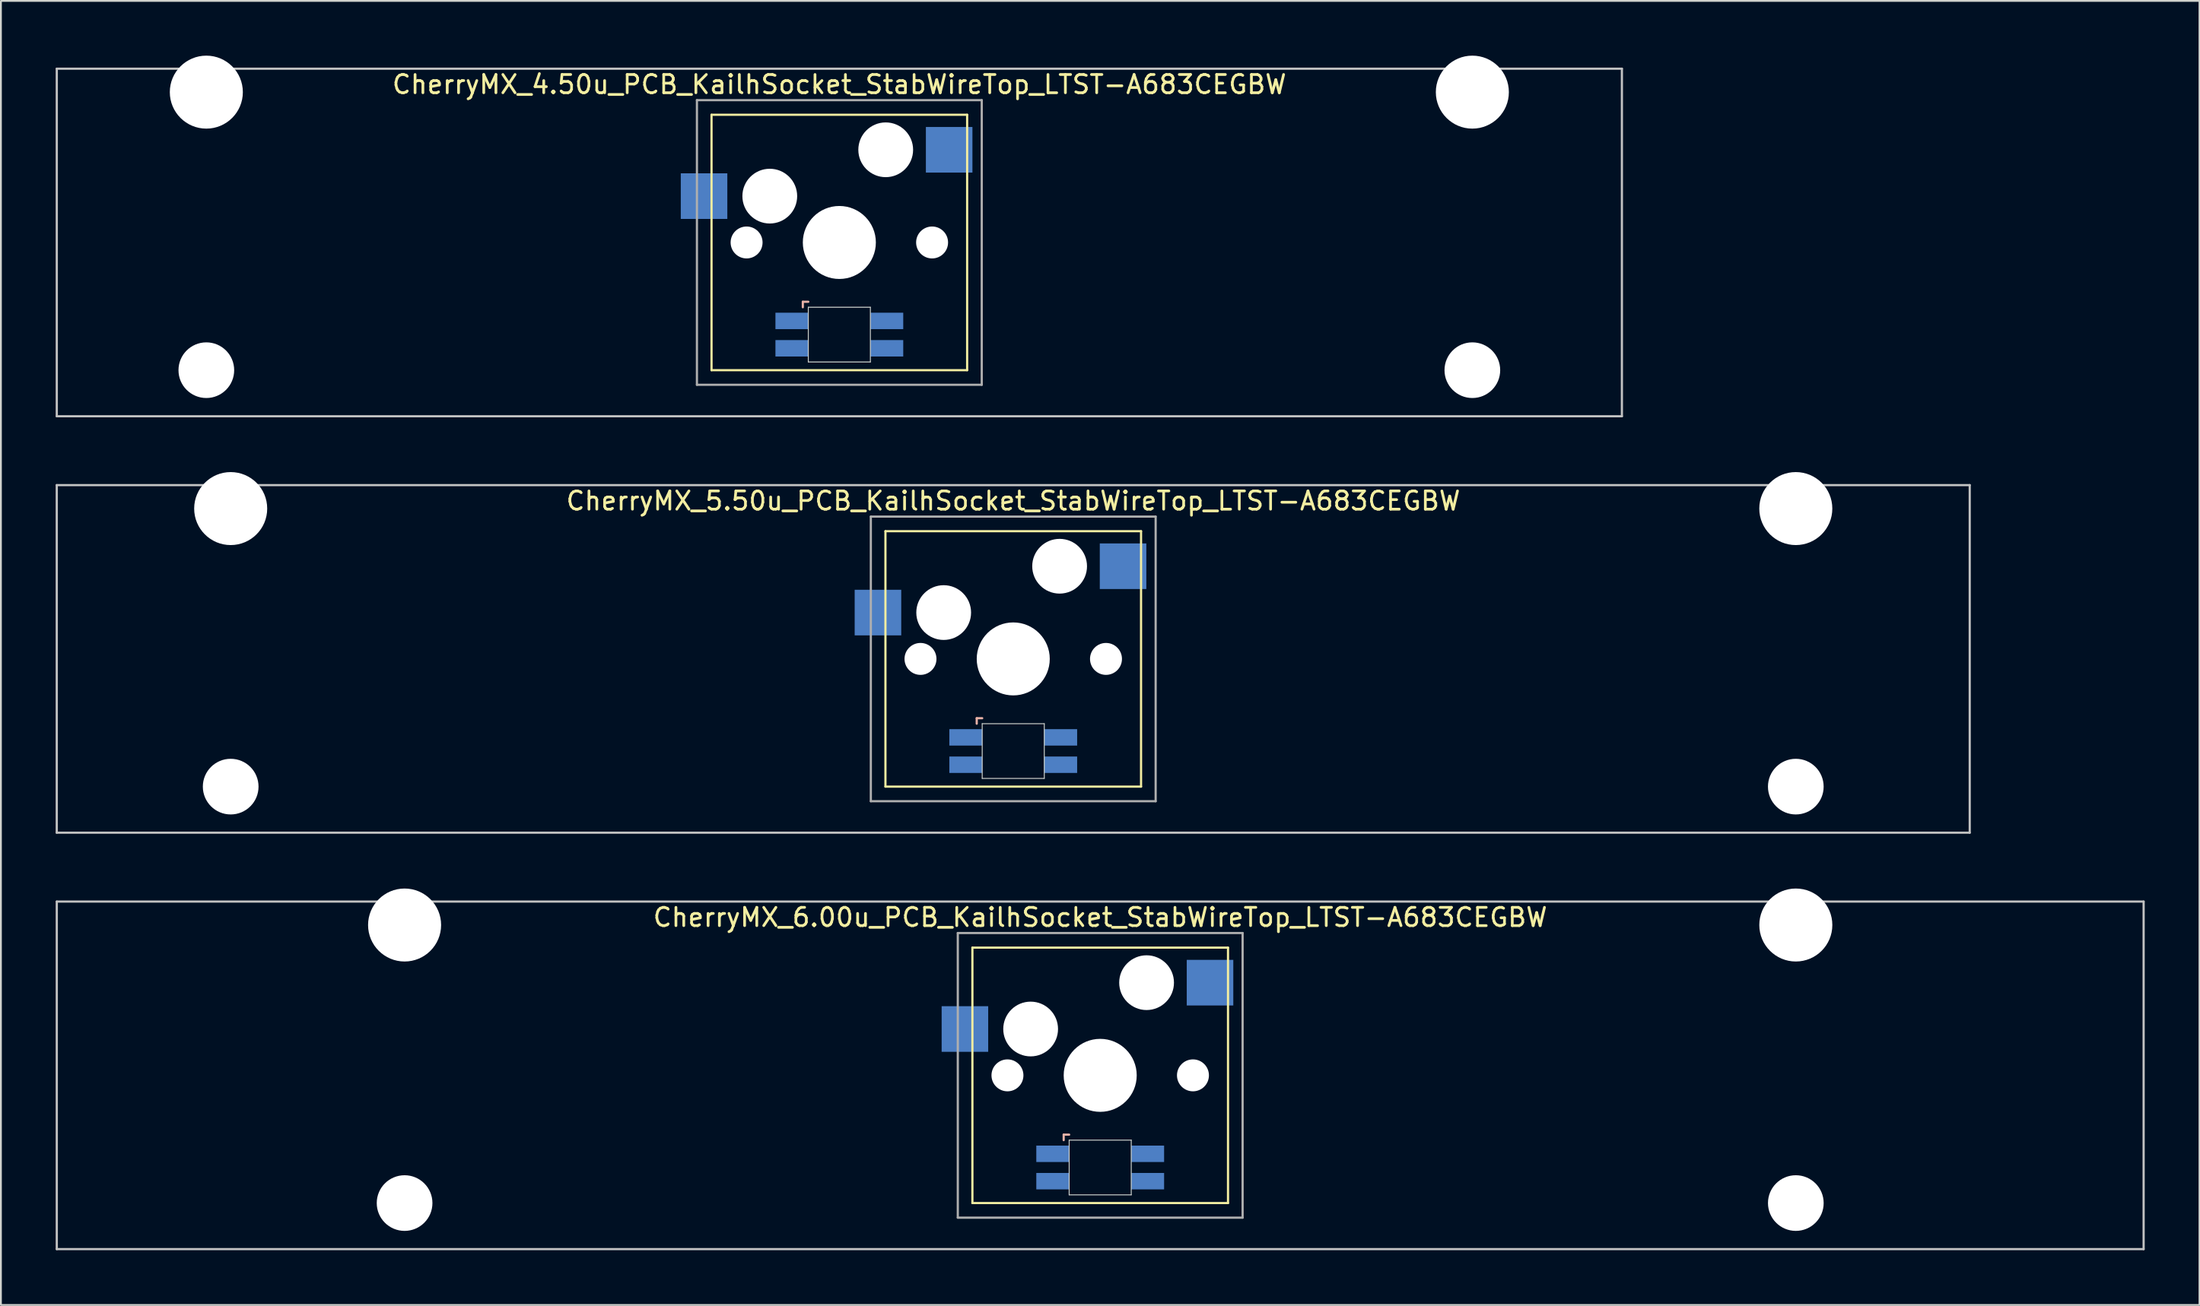
<source format=kicad_pcb>
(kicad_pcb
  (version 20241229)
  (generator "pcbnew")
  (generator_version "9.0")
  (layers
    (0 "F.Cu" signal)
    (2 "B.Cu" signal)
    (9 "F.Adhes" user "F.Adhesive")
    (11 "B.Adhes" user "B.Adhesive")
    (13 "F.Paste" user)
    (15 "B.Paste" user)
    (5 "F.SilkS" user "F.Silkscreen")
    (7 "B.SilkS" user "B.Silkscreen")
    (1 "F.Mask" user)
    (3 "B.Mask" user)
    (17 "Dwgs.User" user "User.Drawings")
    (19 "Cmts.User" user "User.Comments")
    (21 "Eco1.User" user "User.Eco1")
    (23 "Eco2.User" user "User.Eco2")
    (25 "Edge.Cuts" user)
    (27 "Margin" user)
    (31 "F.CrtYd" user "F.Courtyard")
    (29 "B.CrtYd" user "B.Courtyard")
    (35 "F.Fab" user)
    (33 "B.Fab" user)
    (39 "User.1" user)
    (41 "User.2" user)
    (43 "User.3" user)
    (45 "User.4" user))
  (footprint "CherryMX_4.50u_PCB_KailhSocket_StabWireTop_LTST-A683CEGBW"
    (layer "F.Cu")
    (at 42.922 10.24)
    (property "Reference" "CherryMX_4.50u_PCB_KailhSocket_StabWireTop_LTST-A683CEGBW" (at 0 -8.662 0) (layer "F.SilkS") (effects (font (size 1 1) (thickness 0.15))))
    (attr through_hole)
    (fp_line (start -7 -7) (end -7 7) (stroke (width 0.12) (type solid)) (layer "F.SilkS"))
    (fp_line (start -7 -7) (end 7 -7) (stroke (width 0.12) (type solid)) (layer "F.SilkS"))
    (fp_line (start 7 -7) (end 7 7) (stroke (width 0.12) (type solid)) (layer "F.SilkS"))
    (fp_line (start 7 7) (end -7 7) (stroke (width 0.12) (type solid)) (layer "F.SilkS"))
    (fp_line (start -2 3.25) (end -2 3.55) (stroke (width 0.12) (type solid)) (layer "B.SilkS"))
    (fp_line (start -1.7 3.25) (end -2 3.25) (stroke (width 0.12) (type solid)) (layer "B.SilkS"))
    (fp_line (start -42.862 -9.525) (end 42.862 -9.525) (stroke (width 0.12) (type solid)) (layer "Dwgs.User"))
    (fp_line (start -42.862 9.525) (end -42.862 -9.525) (stroke (width 0.12) (type solid)) (layer "Dwgs.User"))
    (fp_line (start 42.862 -9.525) (end 42.862 9.525) (stroke (width 0.12) (type solid)) (layer "Dwgs.User"))
    (fp_line (start 42.862 9.525) (end -42.862 9.525) (stroke (width 0.12) (type solid)) (layer "Dwgs.User"))
    (fp_line (start -1.7 3.55) (end 1.7 3.55) (stroke (width 0.05) (type solid)) (layer "Edge.Cuts"))
    (fp_line (start -1.7 6.55) (end -1.7 3.55) (stroke (width 0.05) (type solid)) (layer "Edge.Cuts"))
    (fp_line (start 1.7 3.55) (end 1.7 6.55) (stroke (width 0.05) (type solid)) (layer "Edge.Cuts"))
    (fp_line (start 1.7 6.55) (end -1.7 6.55) (stroke (width 0.05) (type solid)) (layer "Edge.Cuts"))
    (fp_line (start -7.8 -7.8) (end -7.8 7.8) (stroke (width 0.12) (type solid)) (layer "F.Fab"))
    (fp_line (start -7.8 -7.8) (end 7.8 -7.8) (stroke (width 0.12) (type solid)) (layer "F.Fab"))
    (fp_line (start -7.8 7.8) (end 7.8 7.8) (stroke (width 0.12) (type solid)) (layer "F.Fab"))
    (fp_line (start 7.8 -7.8) (end 7.8 7.8) (stroke (width 0.12) (type solid)) (layer "F.Fab"))
    (pad "" np_thru_hole circle (at -34.671 -8.24) (size 4 4) (drill 4) (layers "*.Cu" "*.Mask"))
    (pad "" np_thru_hole circle (at -34.671 7) (size 3.05 3.05) (drill 3.05) (layers "*.Cu" "*.Mask"))
    (pad "" np_thru_hole circle (at -5.08 0) (size 1.75 1.75) (drill 1.75) (layers "*.Cu" "*.Mask"))
    (pad "" np_thru_hole circle (at -3.81 -2.54) (size 3 3) (drill 3) (layers "*.Cu" "*.Mask"))
    (pad "" np_thru_hole circle (at 0 0) (size 4 4) (drill 4) (layers "*.Cu" "*.Mask"))
    (pad "" np_thru_hole circle (at 2.54 -5.08) (size 3 3) (drill 3) (layers "*.Cu" "*.Mask"))
    (pad "" np_thru_hole circle (at 5.08 0) (size 1.75 1.75) (drill 1.75) (layers "*.Cu" "*.Mask"))
    (pad "" np_thru_hole circle (at 34.671 -8.24) (size 4 4) (drill 4) (layers "*.Cu" "*.Mask"))
    (pad "" np_thru_hole circle (at 34.671 7) (size 3.05 3.05) (drill 3.05) (layers "*.Cu" "*.Mask"))
    (pad "1" smd rect (at -7.41 -2.54) (size 2.55 2.5) (layers "B.Cu" "B.Mask" "B.Paste"))
    (pad "2" smd rect (at 6.015 -5.08) (size 2.55 2.5) (layers "B.Cu" "B.Mask" "B.Paste"))
    (pad "3" smd rect (at -2.6 4.3) (size 1.8 0.9) (layers "B.Cu" "B.Mask" "B.Paste"))
    (pad "4" smd rect (at -2.6 5.8) (size 1.8 0.9) (layers "B.Cu" "B.Mask" "B.Paste"))
    (pad "5" smd rect (at 2.6 4.3) (size 1.8 0.9) (layers "B.Cu" "B.Mask" "B.Paste"))
    (pad "6" smd rect (at 2.6 5.8) (size 1.8 0.9) (layers "B.Cu" "B.Mask" "B.Paste")))
  (footprint "CherryMX_5.50u_PCB_KailhSocket_StabWireTop_LTST-A683CEGBW"
    (layer "F.Cu")
    (at 52.447 33.065)
    (property "Reference" "CherryMX_5.50u_PCB_KailhSocket_StabWireTop_LTST-A683CEGBW" (at 0 -8.662 0) (layer "F.SilkS") (effects (font (size 1 1) (thickness 0.15))))
    (attr through_hole)
    (fp_line (start -7 -7) (end -7 7) (stroke (width 0.12) (type solid)) (layer "F.SilkS"))
    (fp_line (start -7 -7) (end 7 -7) (stroke (width 0.12) (type solid)) (layer "F.SilkS"))
    (fp_line (start 7 -7) (end 7 7) (stroke (width 0.12) (type solid)) (layer "F.SilkS"))
    (fp_line (start 7 7) (end -7 7) (stroke (width 0.12) (type solid)) (layer "F.SilkS"))
    (fp_line (start -2 3.25) (end -2 3.55) (stroke (width 0.12) (type solid)) (layer "B.SilkS"))
    (fp_line (start -1.7 3.25) (end -2 3.25) (stroke (width 0.12) (type solid)) (layer "B.SilkS"))
    (fp_line (start -52.388 -9.525) (end 52.388 -9.525) (stroke (width 0.12) (type solid)) (layer "Dwgs.User"))
    (fp_line (start -52.388 9.525) (end -52.388 -9.525) (stroke (width 0.12) (type solid)) (layer "Dwgs.User"))
    (fp_line (start 52.388 -9.525) (end 52.388 9.525) (stroke (width 0.12) (type solid)) (layer "Dwgs.User"))
    (fp_line (start 52.388 9.525) (end -52.388 9.525) (stroke (width 0.12) (type solid)) (layer "Dwgs.User"))
    (fp_line (start -1.7 3.55) (end 1.7 3.55) (stroke (width 0.05) (type solid)) (layer "Edge.Cuts"))
    (fp_line (start -1.7 6.55) (end -1.7 3.55) (stroke (width 0.05) (type solid)) (layer "Edge.Cuts"))
    (fp_line (start 1.7 3.55) (end 1.7 6.55) (stroke (width 0.05) (type solid)) (layer "Edge.Cuts"))
    (fp_line (start 1.7 6.55) (end -1.7 6.55) (stroke (width 0.05) (type solid)) (layer "Edge.Cuts"))
    (fp_line (start -7.8 -7.8) (end -7.8 7.8) (stroke (width 0.12) (type solid)) (layer "F.Fab"))
    (fp_line (start -7.8 -7.8) (end 7.8 -7.8) (stroke (width 0.12) (type solid)) (layer "F.Fab"))
    (fp_line (start -7.8 7.8) (end 7.8 7.8) (stroke (width 0.12) (type solid)) (layer "F.Fab"))
    (fp_line (start 7.8 -7.8) (end 7.8 7.8) (stroke (width 0.12) (type solid)) (layer "F.Fab"))
    (pad "" np_thru_hole circle (at -42.862 -8.24) (size 4 4) (drill 4) (layers "*.Cu" "*.Mask"))
    (pad "" np_thru_hole circle (at -42.862 7) (size 3.05 3.05) (drill 3.05) (layers "*.Cu" "*.Mask"))
    (pad "" np_thru_hole circle (at -5.08 0) (size 1.75 1.75) (drill 1.75) (layers "*.Cu" "*.Mask"))
    (pad "" np_thru_hole circle (at -3.81 -2.54) (size 3 3) (drill 3) (layers "*.Cu" "*.Mask"))
    (pad "" np_thru_hole circle (at 0 0) (size 4 4) (drill 4) (layers "*.Cu" "*.Mask"))
    (pad "" np_thru_hole circle (at 2.54 -5.08) (size 3 3) (drill 3) (layers "*.Cu" "*.Mask"))
    (pad "" np_thru_hole circle (at 5.08 0) (size 1.75 1.75) (drill 1.75) (layers "*.Cu" "*.Mask"))
    (pad "" np_thru_hole circle (at 42.862 -8.24) (size 4 4) (drill 4) (layers "*.Cu" "*.Mask"))
    (pad "" np_thru_hole circle (at 42.862 7) (size 3.05 3.05) (drill 3.05) (layers "*.Cu" "*.Mask"))
    (pad "1" smd rect (at -7.41 -2.54) (size 2.55 2.5) (layers "B.Cu" "B.Mask" "B.Paste"))
    (pad "2" smd rect (at 6.015 -5.08) (size 2.55 2.5) (layers "B.Cu" "B.Mask" "B.Paste"))
    (pad "3" smd rect (at -2.6 4.3) (size 1.8 0.9) (layers "B.Cu" "B.Mask" "B.Paste"))
    (pad "4" smd rect (at -2.6 5.8) (size 1.8 0.9) (layers "B.Cu" "B.Mask" "B.Paste"))
    (pad "5" smd rect (at 2.6 4.3) (size 1.8 0.9) (layers "B.Cu" "B.Mask" "B.Paste"))
    (pad "6" smd rect (at 2.6 5.8) (size 1.8 0.9) (layers "B.Cu" "B.Mask" "B.Paste")))
  (footprint "CherryMX_6.00u_PCB_KailhSocket_StabWireTop_LTST-A683CEGBW"
    (layer "F.Cu")
    (at 57.21 55.89)
    (property "Reference" "CherryMX_6.00u_PCB_KailhSocket_StabWireTop_LTST-A683CEGBW" (at 0 -8.662 0) (layer "F.SilkS") (effects (font (size 1 1) (thickness 0.15))))
    (attr through_hole)
    (fp_line (start -7 -7) (end -7 7) (stroke (width 0.12) (type solid)) (layer "F.SilkS"))
    (fp_line (start -7 -7) (end 7 -7) (stroke (width 0.12) (type solid)) (layer "F.SilkS"))
    (fp_line (start 7 -7) (end 7 7) (stroke (width 0.12) (type solid)) (layer "F.SilkS"))
    (fp_line (start 7 7) (end -7 7) (stroke (width 0.12) (type solid)) (layer "F.SilkS"))
    (fp_line (start -2 3.25) (end -2 3.55) (stroke (width 0.12) (type solid)) (layer "B.SilkS"))
    (fp_line (start -1.7 3.25) (end -2 3.25) (stroke (width 0.12) (type solid)) (layer "B.SilkS"))
    (fp_line (start -57.15 -9.525) (end 57.15 -9.525) (stroke (width 0.12) (type solid)) (layer "Dwgs.User"))
    (fp_line (start -57.15 9.525) (end -57.15 -9.525) (stroke (width 0.12) (type solid)) (layer "Dwgs.User"))
    (fp_line (start 57.15 -9.525) (end 57.15 9.525) (stroke (width 0.12) (type solid)) (layer "Dwgs.User"))
    (fp_line (start 57.15 9.525) (end -57.15 9.525) (stroke (width 0.12) (type solid)) (layer "Dwgs.User"))
    (fp_line (start -1.7 3.55) (end 1.7 3.55) (stroke (width 0.05) (type solid)) (layer "Edge.Cuts"))
    (fp_line (start -1.7 6.55) (end -1.7 3.55) (stroke (width 0.05) (type solid)) (layer "Edge.Cuts"))
    (fp_line (start 1.7 3.55) (end 1.7 6.55) (stroke (width 0.05) (type solid)) (layer "Edge.Cuts"))
    (fp_line (start 1.7 6.55) (end -1.7 6.55) (stroke (width 0.05) (type solid)) (layer "Edge.Cuts"))
    (fp_line (start -7.8 -7.8) (end -7.8 7.8) (stroke (width 0.12) (type solid)) (layer "F.Fab"))
    (fp_line (start -7.8 -7.8) (end 7.8 -7.8) (stroke (width 0.12) (type solid)) (layer "F.Fab"))
    (fp_line (start -7.8 7.8) (end 7.8 7.8) (stroke (width 0.12) (type solid)) (layer "F.Fab"))
    (fp_line (start 7.8 -7.8) (end 7.8 7.8) (stroke (width 0.12) (type solid)) (layer "F.Fab"))
    (pad "" np_thru_hole circle (at -38.1 -8.24) (size 4 4) (drill 4) (layers "*.Cu" "*.Mask"))
    (pad "" np_thru_hole circle (at -38.1 7) (size 3.05 3.05) (drill 3.05) (layers "*.Cu" "*.Mask"))
    (pad "" np_thru_hole circle (at -5.08 0) (size 1.75 1.75) (drill 1.75) (layers "*.Cu" "*.Mask"))
    (pad "" np_thru_hole circle (at -3.81 -2.54) (size 3 3) (drill 3) (layers "*.Cu" "*.Mask"))
    (pad "" np_thru_hole circle (at 0 0) (size 4 4) (drill 4) (layers "*.Cu" "*.Mask"))
    (pad "" np_thru_hole circle (at 2.54 -5.08) (size 3 3) (drill 3) (layers "*.Cu" "*.Mask"))
    (pad "" np_thru_hole circle (at 5.08 0) (size 1.75 1.75) (drill 1.75) (layers "*.Cu" "*.Mask"))
    (pad "" np_thru_hole circle (at 38.1 -8.24) (size 4 4) (drill 4) (layers "*.Cu" "*.Mask"))
    (pad "" np_thru_hole circle (at 38.1 7) (size 3.05 3.05) (drill 3.05) (layers "*.Cu" "*.Mask"))
    (pad "1" smd rect (at -7.41 -2.54) (size 2.55 2.5) (layers "B.Cu" "B.Mask" "B.Paste"))
    (pad "2" smd rect (at 6.015 -5.08) (size 2.55 2.5) (layers "B.Cu" "B.Mask" "B.Paste"))
    (pad "3" smd rect (at -2.6 4.3) (size 1.8 0.9) (layers "B.Cu" "B.Mask" "B.Paste"))
    (pad "4" smd rect (at -2.6 5.8) (size 1.8 0.9) (layers "B.Cu" "B.Mask" "B.Paste"))
    (pad "5" smd rect (at 2.6 4.3) (size 1.8 0.9) (layers "B.Cu" "B.Mask" "B.Paste"))
    (pad "6" smd rect (at 2.6 5.8) (size 1.8 0.9) (layers "B.Cu" "B.Mask" "B.Paste")))
  (gr_rect
    (start -3 -3)
    (end 117.42 68.475)
    (stroke (width 0.1) (type default))
    (fill no)
    (layer "Edge.Cuts")))
</source>
